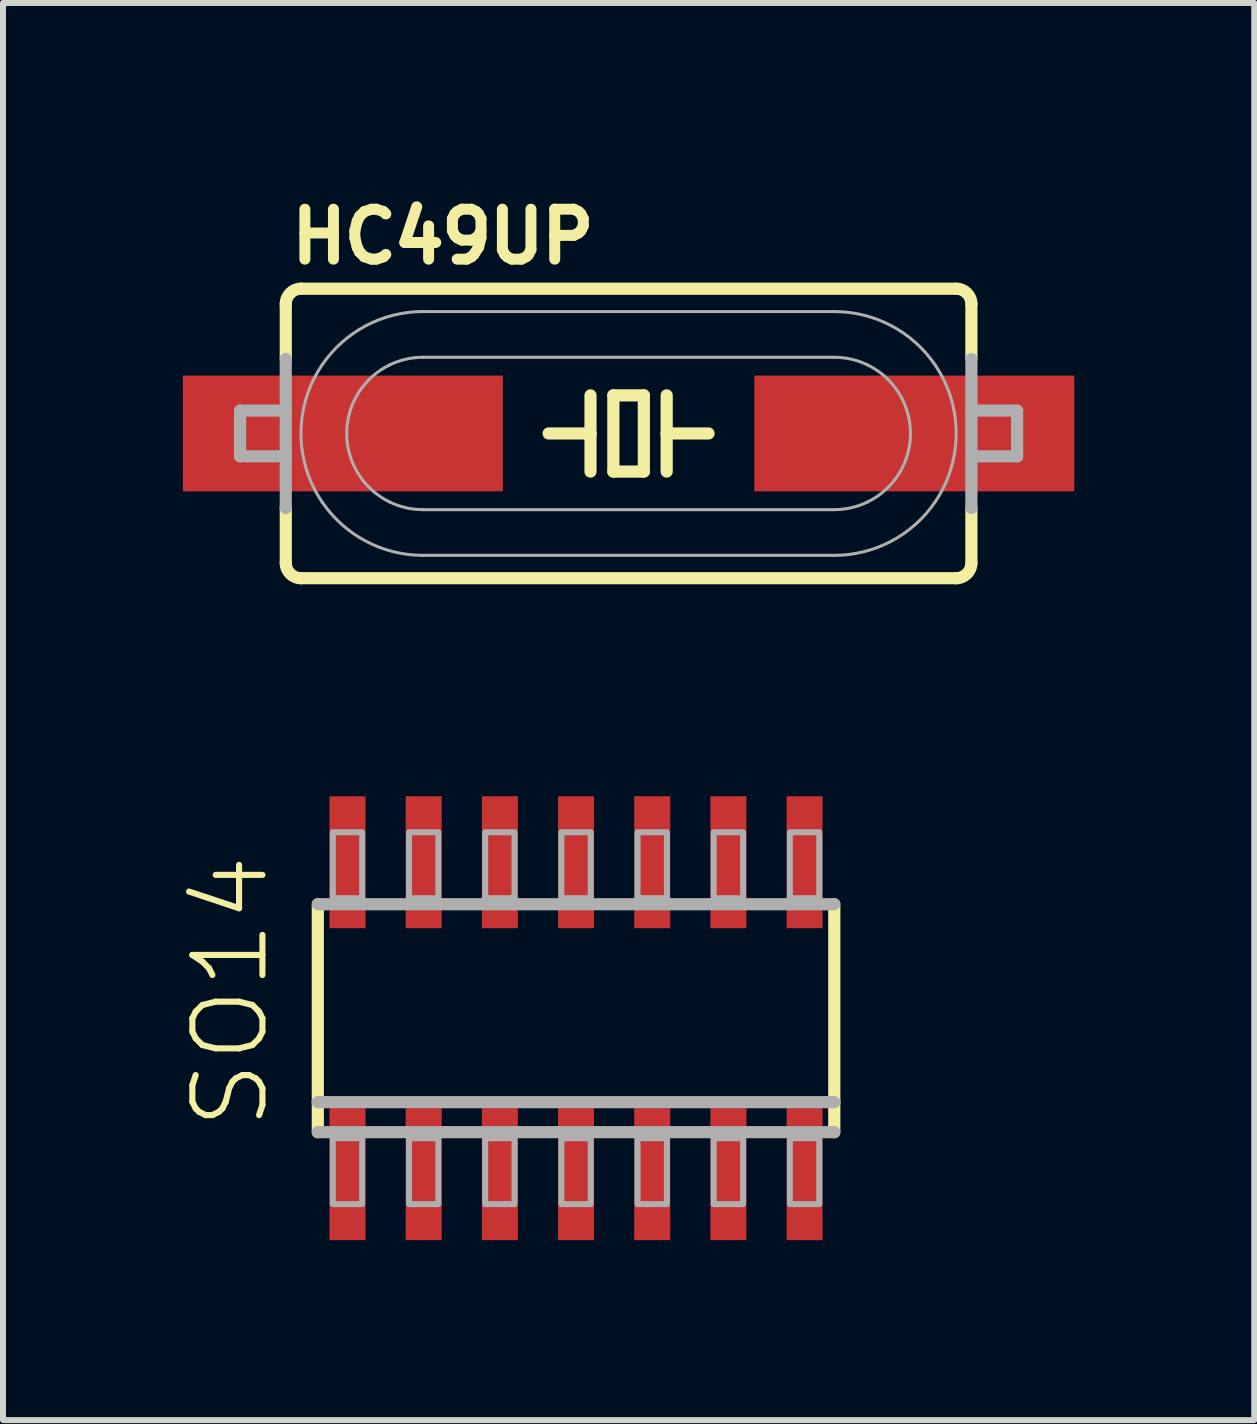
<source format=kicad_pcb>
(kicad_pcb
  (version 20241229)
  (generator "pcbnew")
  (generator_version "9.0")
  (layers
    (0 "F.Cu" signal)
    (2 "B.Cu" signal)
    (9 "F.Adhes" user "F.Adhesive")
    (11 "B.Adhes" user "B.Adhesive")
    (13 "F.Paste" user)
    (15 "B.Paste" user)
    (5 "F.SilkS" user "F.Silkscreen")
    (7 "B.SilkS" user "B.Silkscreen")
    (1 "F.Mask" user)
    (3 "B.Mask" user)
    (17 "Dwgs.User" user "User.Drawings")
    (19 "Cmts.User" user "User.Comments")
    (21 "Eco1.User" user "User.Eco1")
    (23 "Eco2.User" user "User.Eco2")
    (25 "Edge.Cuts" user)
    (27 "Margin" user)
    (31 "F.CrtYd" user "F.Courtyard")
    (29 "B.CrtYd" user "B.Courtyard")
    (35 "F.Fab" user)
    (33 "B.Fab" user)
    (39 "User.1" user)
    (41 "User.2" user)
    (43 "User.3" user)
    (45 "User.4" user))
  (footprint "SO14"
    (layer "F.Cu")
    (at 6.553 13.924)
    (property "Reference" "SO14" (at -5.08 1.905 90) (layer "F.SilkS") (effects (font (size 1.168 1.168) (thickness 0.102)) (justify left bottom)))
    (fp_line (start -4.305 1.4) (end -4.305 -1.9) (stroke (width 0.203) (type solid)) (layer "F.SilkS"))
    (fp_line (start -4.305 1.9) (end -4.305 1.4) (stroke (width 0.203) (type solid)) (layer "F.SilkS"))
    (fp_line (start 4.305 -1.9) (end 4.305 1.4) (stroke (width 0.203) (type solid)) (layer "F.SilkS"))
    (fp_line (start 4.305 1.4) (end 4.305 1.9) (stroke (width 0.203) (type solid)) (layer "F.SilkS"))
    (fp_line (start -4.305 -1.9) (end 4.305 -1.9) (stroke (width 0.203) (type solid)) (layer "F.Fab"))
    (fp_line (start 4.305 1.4) (end -4.305 1.4) (stroke (width 0.203) (type solid)) (layer "F.Fab"))
    (fp_line (start 4.305 1.9) (end -4.305 1.9) (stroke (width 0.203) (type solid)) (layer "F.Fab"))
    (fp_poly (pts (xy -4.055 -2) (xy -3.565 -2) (xy -3.565 -3.1) (xy -4.055 -3.1)) (stroke (width 0.1) (type solid)) (fill no) (layer "F.Fab"))
    (fp_poly (pts (xy -4.055 3.1) (xy -3.565 3.1) (xy -3.565 2) (xy -4.055 2)) (stroke (width 0.1) (type solid)) (fill no) (layer "F.Fab"))
    (fp_poly (pts (xy -2.785 -2) (xy -2.295 -2) (xy -2.295 -3.1) (xy -2.785 -3.1)) (stroke (width 0.1) (type solid)) (fill no) (layer "F.Fab"))
    (fp_poly (pts (xy -2.785 3.1) (xy -2.295 3.1) (xy -2.295 2) (xy -2.785 2)) (stroke (width 0.1) (type solid)) (fill no) (layer "F.Fab"))
    (fp_poly (pts (xy -1.515 -2) (xy -1.025 -2) (xy -1.025 -3.1) (xy -1.515 -3.1)) (stroke (width 0.1) (type solid)) (fill no) (layer "F.Fab"))
    (fp_poly (pts (xy -1.515 3.1) (xy -1.025 3.1) (xy -1.025 2) (xy -1.515 2)) (stroke (width 0.1) (type solid)) (fill no) (layer "F.Fab"))
    (fp_poly (pts (xy -0.245 -2) (xy 0.245 -2) (xy 0.245 -3.1) (xy -0.245 -3.1)) (stroke (width 0.1) (type solid)) (fill no) (layer "F.Fab"))
    (fp_poly (pts (xy -0.245 3.1) (xy 0.245 3.1) (xy 0.245 2) (xy -0.245 2)) (stroke (width 0.1) (type solid)) (fill no) (layer "F.Fab"))
    (fp_poly (pts (xy 1.025 -2) (xy 1.515 -2) (xy 1.515 -3.1) (xy 1.025 -3.1)) (stroke (width 0.1) (type solid)) (fill no) (layer "F.Fab"))
    (fp_poly (pts (xy 1.515 2) (xy 1.025 2) (xy 1.025 3.1) (xy 1.515 3.1)) (stroke (width 0.1) (type solid)) (fill no) (layer "F.Fab"))
    (fp_poly (pts (xy 2.295 -2) (xy 2.785 -2) (xy 2.785 -3.1) (xy 2.295 -3.1)) (stroke (width 0.1) (type solid)) (fill no) (layer "F.Fab"))
    (fp_poly (pts (xy 2.785 2) (xy 2.295 2) (xy 2.295 3.1) (xy 2.785 3.1)) (stroke (width 0.1) (type solid)) (fill no) (layer "F.Fab"))
    (fp_poly (pts (xy 3.565 -2) (xy 4.055 -2) (xy 4.055 -3.1) (xy 3.565 -3.1)) (stroke (width 0.1) (type solid)) (fill no) (layer "F.Fab"))
    (fp_poly (pts (xy 4.055 2) (xy 3.565 2) (xy 3.565 3.1) (xy 4.055 3.1)) (stroke (width 0.1) (type solid)) (fill no) (layer "F.Fab"))
    (pad "1" smd rect (at -3.81 2.6) (size 0.6 2.2) (layers "F.Cu" "F.Mask" "F.Paste"))
    (pad "2" smd rect (at -2.54 2.6) (size 0.6 2.2) (layers "F.Cu" "F.Mask" "F.Paste"))
    (pad "3" smd rect (at -1.27 2.6) (size 0.6 2.2) (layers "F.Cu" "F.Mask" "F.Paste"))
    (pad "4" smd rect (at 0 2.6) (size 0.6 2.2) (layers "F.Cu" "F.Mask" "F.Paste"))
    (pad "5" smd rect (at 1.27 2.6 180) (size 0.6 2.2) (layers "F.Cu" "F.Mask" "F.Paste"))
    (pad "6" smd rect (at 2.54 2.6 180) (size 0.6 2.2) (layers "F.Cu" "F.Mask" "F.Paste"))
    (pad "7" smd rect (at 3.81 2.6 180) (size 0.6 2.2) (layers "F.Cu" "F.Mask" "F.Paste"))
    (pad "8" smd rect (at 3.81 -2.6) (size 0.6 2.2) (layers "F.Cu" "F.Mask" "F.Paste"))
    (pad "9" smd rect (at 2.54 -2.6) (size 0.6 2.2) (layers "F.Cu" "F.Mask" "F.Paste"))
    (pad "10" smd rect (at 1.27 -2.6) (size 0.6 2.2) (layers "F.Cu" "F.Mask" "F.Paste"))
    (pad "11" smd rect (at 0 -2.6) (size 0.6 2.2) (layers "F.Cu" "F.Mask" "F.Paste"))
    (pad "12" smd rect (at -1.27 -2.6) (size 0.6 2.2) (layers "F.Cu" "F.Mask" "F.Paste"))
    (pad "13" smd rect (at -2.54 -2.6) (size 0.6 2.2) (layers "F.Cu" "F.Mask" "F.Paste"))
    (pad "14" smd rect (at -3.81 -2.6) (size 0.6 2.2) (layers "F.Cu" "F.Mask" "F.Paste")))
  (footprint "HC49UP"
    (layer "F.Cu")
    (at 7.429 4.176)
    (property "Reference" "HC49UP" (at -5.715 -2.794 0) (layer "F.SilkS") (effects (font (size 0.833 0.833) (thickness 0.183)) (justify left bottom)))
    (fp_line (start -5.715 -1.243) (end -5.715 -2.159) (stroke (width 0.203) (type solid)) (layer "F.SilkS"))
    (fp_line (start -5.715 2.159) (end -5.715 1.243) (stroke (width 0.203) (type solid)) (layer "F.SilkS"))
    (fp_line (start -0.635 -0.635) (end -0.635 0) (stroke (width 0.203) (type solid)) (layer "F.SilkS"))
    (fp_line (start -0.635 0) (end -1.333 0) (stroke (width 0.203) (type solid)) (layer "F.SilkS"))
    (fp_line (start -0.635 0) (end -0.635 0.635) (stroke (width 0.203) (type solid)) (layer "F.SilkS"))
    (fp_line (start -0.254 -0.635) (end -0.254 0.635) (stroke (width 0.203) (type solid)) (layer "F.SilkS"))
    (fp_line (start -0.254 0.635) (end 0.254 0.635) (stroke (width 0.203) (type solid)) (layer "F.SilkS"))
    (fp_line (start 0.254 -0.635) (end -0.254 -0.635) (stroke (width 0.203) (type solid)) (layer "F.SilkS"))
    (fp_line (start 0.254 0.635) (end 0.254 -0.635) (stroke (width 0.203) (type solid)) (layer "F.SilkS"))
    (fp_line (start 0.635 -0.635) (end 0.635 0) (stroke (width 0.203) (type solid)) (layer "F.SilkS"))
    (fp_line (start 0.635 0) (end 0.635 0.635) (stroke (width 0.203) (type solid)) (layer "F.SilkS"))
    (fp_line (start 0.635 0) (end 1.333 0) (stroke (width 0.203) (type solid)) (layer "F.SilkS"))
    (fp_line (start 5.461 -2.413) (end -5.461 -2.413) (stroke (width 0.203) (type solid)) (layer "F.SilkS"))
    (fp_line (start 5.461 2.413) (end -5.461 2.413) (stroke (width 0.203) (type solid)) (layer "F.SilkS"))
    (fp_line (start 5.715 -1.243) (end 5.715 -2.159) (stroke (width 0.203) (type solid)) (layer "F.SilkS"))
    (fp_line (start 5.715 2.159) (end 5.715 1.243) (stroke (width 0.203) (type solid)) (layer "F.SilkS"))
    (fp_arc (start -5.715 -2.159) (mid -5.640605 -2.338605) (end -5.461 -2.413) (stroke (width 0.2032) (type solid)) (layer "F.SilkS"))
    (fp_arc (start -5.461 2.413) (mid -5.640605 2.338605) (end -5.715 2.159) (stroke (width 0.2032) (type solid)) (layer "F.SilkS"))
    (fp_arc (start 5.461 -2.413) (mid 5.640605 -2.338605) (end 5.715 -2.159) (stroke (width 0.2032) (type solid)) (layer "F.SilkS"))
    (fp_arc (start 5.715 2.159) (mid 5.640605 2.338605) (end 5.461 2.413) (stroke (width 0.2032) (type solid)) (layer "F.SilkS"))
    (fp_line (start -6.477 0.381) (end -6.477 -0.381) (stroke (width 0.203) (type solid)) (layer "F.Fab"))
    (fp_line (start -5.715 -0.381) (end -6.477 -0.381) (stroke (width 0.203) (type solid)) (layer "F.Fab"))
    (fp_line (start -5.715 -0.381) (end -5.715 -1.243) (stroke (width 0.203) (type solid)) (layer "F.Fab"))
    (fp_line (start -5.715 0.381) (end -6.477 0.381) (stroke (width 0.203) (type solid)) (layer "F.Fab"))
    (fp_line (start -5.715 0.381) (end -5.715 -0.381) (stroke (width 0.203) (type solid)) (layer "F.Fab"))
    (fp_line (start -5.715 1.243) (end -5.715 0.381) (stroke (width 0.203) (type solid)) (layer "F.Fab"))
    (fp_line (start -3.429 -2.032) (end 3.429 -2.032) (stroke (width 0.051) (type solid)) (layer "F.Fab"))
    (fp_line (start -3.429 -1.27) (end 3.429 -1.27) (stroke (width 0.051) (type solid)) (layer "F.Fab"))
    (fp_line (start 3.429 1.27) (end -3.429 1.27) (stroke (width 0.051) (type solid)) (layer "F.Fab"))
    (fp_line (start 3.429 2.032) (end -3.429 2.032) (stroke (width 0.051) (type solid)) (layer "F.Fab"))
    (fp_line (start 5.715 -0.381) (end 6.477 -0.381) (stroke (width 0.203) (type solid)) (layer "F.Fab"))
    (fp_line (start 5.715 0.381) (end 6.477 0.381) (stroke (width 0.203) (type solid)) (layer "F.Fab"))
    (fp_line (start 5.715 1.243) (end 5.715 -1.243) (stroke (width 0.203) (type solid)) (layer "F.Fab"))
    (fp_line (start 6.477 0.381) (end 6.477 -0.381) (stroke (width 0.203) (type solid)) (layer "F.Fab"))
    (fp_arc (start -5.1091 -1.143) (mid -4.379417 -1.796107) (end -3.429 -2.032101) (stroke (width 0.0508) (type solid)) (layer "F.Fab"))
    (fp_arc (start -5.1091 1.143) (mid -5.46104 0) (end -5.1091 -1.143) (stroke (width 0.0508) (type solid)) (layer "F.Fab"))
    (fp_arc (start -3.9826 -1.143) (mid -3.712991 -1.237845) (end -3.429 -1.27) (stroke (width 0.0508) (type solid)) (layer "F.Fab"))
    (fp_arc (start -3.9826 1.143) (mid -4.699009 0) (end -3.9826 -1.143) (stroke (width 0.0508) (type solid)) (layer "F.Fab"))
    (fp_arc (start -3.429 1.27) (mid -3.712991 1.237845) (end -3.9826 1.143) (stroke (width 0.0508) (type solid)) (layer "F.Fab"))
    (fp_arc (start -3.429 2.032001) (mid -4.379408 1.796063) (end -5.1091 1.143) (stroke (width 0.0508) (type solid)) (layer "F.Fab"))
    (fp_arc (start 3.429 -2.032) (mid 4.379408 -1.796062) (end 5.1091 -1.142999) (stroke (width 0.0508) (type solid)) (layer "F.Fab"))
    (fp_arc (start 3.429 -1.27) (mid 3.712991 -1.237845) (end 3.9826 -1.143) (stroke (width 0.0508) (type solid)) (layer "F.Fab"))
    (fp_arc (start 3.9826 -1.143) (mid 4.699009 0) (end 3.9826 1.143) (stroke (width 0.0508) (type solid)) (layer "F.Fab"))
    (fp_arc (start 3.9826 1.143) (mid 3.712991 1.237845) (end 3.429 1.27) (stroke (width 0.0508) (type solid)) (layer "F.Fab"))
    (fp_arc (start 5.109 1.142899) (mid 4.379368 1.795994) (end 3.429 2.032) (stroke (width 0.0508) (type solid)) (layer "F.Fab"))
    (fp_arc (start 5.1091 -1.143) (mid 5.46104 0) (end 5.1091 1.143) (stroke (width 0.0508) (type solid)) (layer "F.Fab"))
    (pad "1" smd rect (at -4.763 0) (size 5.334 1.93) (layers "F.Cu" "F.Mask" "F.Paste"))
    (pad "2" smd rect (at 4.763 0) (size 5.334 1.93) (layers "F.Cu" "F.Mask" "F.Paste"))
    (zone (net_name "") (layers "F.Cu" "B.Cu") (hatch edge 0.508) (connect_pads) (min_thickness 0.254) (filled_areas_thickness no) (keepout (tracks allowed) (vias not_allowed) (pads allowed) (copperpour allowed) (footprints allowed)) (placement (enabled no)) (fill) (polygon (pts (xy 0.826 7.224) (xy 14.034 7.224) (xy 14.034 1.128) (xy 0.826 1.128)))))
  (gr_rect
    (start -3 -3)
    (end 17.859 20.624)
    (stroke (width 0.1) (type default))
    (fill no)
    (layer "Edge.Cuts")))
</source>
